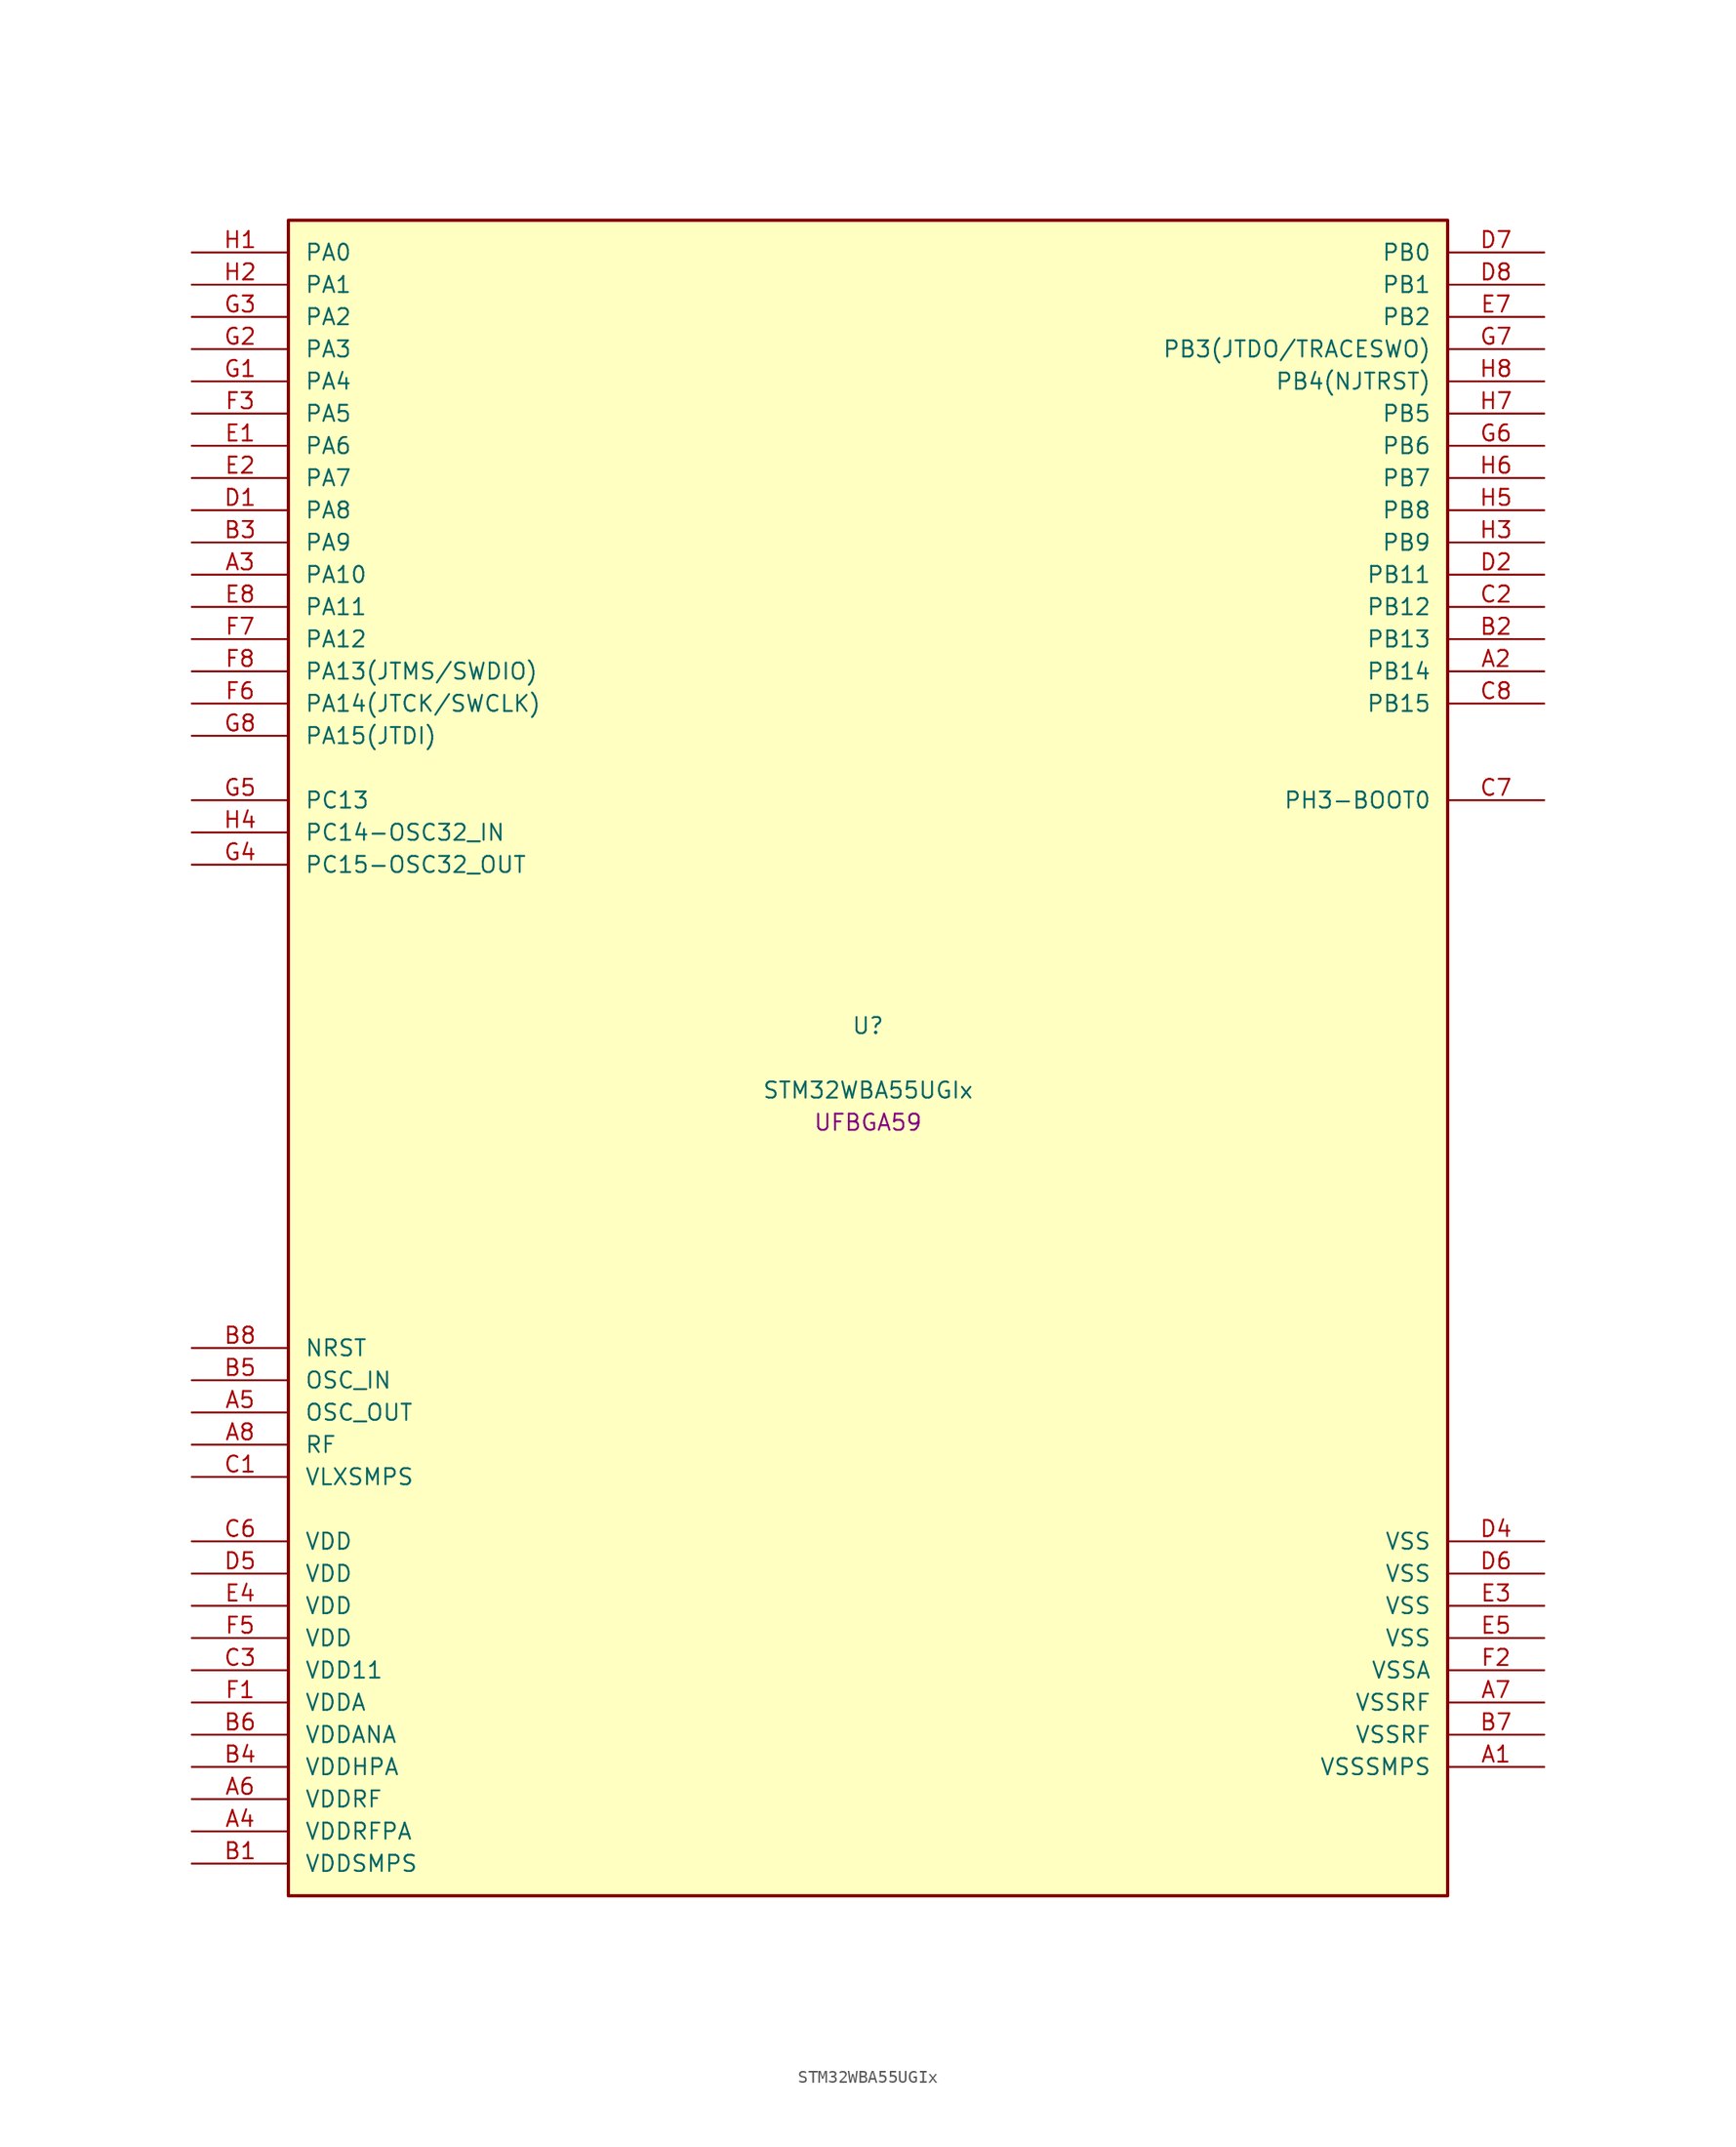
<source format=kicad_sym>
(kicad_symbol_lib
  (version 20241209)
  (generator "stm32_pkl_generator")
  (generator_version "1.0")
  (symbol "STM32WBA55UGIx"
    (pin_names
      (offset 1.27))
    (property "Reference" "U"
      (at 0 2.54 0))
    (property "Value" "STM32WBA55UGIx"
      (at 0 -2.54 0))
    (property "Footprint" "UFBGA59"
      (at 0 -5.08 0))
    (symbol "STM32WBA55UGIx_1_1"
      (rectangle (start -45.72 66.04) (end 45.72 -66.04) (stroke (width 0.254) (type solid)) (fill (type background)))
      (pin bidirectional line (at -53.34 63.5 0) (length 7.62) (name "PA0") (number "H1") (alternate "PA0/ADC4_IN9" bidirectional line) (alternate "PA0/COMP2_INP" bidirectional line) (alternate "PA0/LPTIM1_IN1" bidirectional line) (alternate "PA0/LPUART1_CTS" bidirectional line) (alternate "PA0/PWR_WKUP1" bidirectional line) (alternate "PA0/SPI3_SCK" bidirectional line) (alternate "PA0/TIM1_CH2N" bidirectional line) (alternate "PA0/TIM3_CH3" bidirectional line) (alternate "PA0/TIM3_ETR" bidirectional line) (alternate "PA0/TSC_G2_IO2" bidirectional line))
      (pin bidirectional line (at -53.34 60.96 0) (length 7.62) (name "PA1") (number "H2") (alternate "PA1/ADC4_IN8" bidirectional line) (alternate "PA1/COMP1_INM" bidirectional line) (alternate "PA1/LPTIM2_CH2" bidirectional line) (alternate "PA1/LPUART1_RX" bidirectional line) (alternate "PA1/PWR_WKUP3" bidirectional line) (alternate "PA1/SAI1_CK1" bidirectional line) (alternate "PA1/SPI1_RDY" bidirectional line) (alternate "PA1/TIM17_CH1" bidirectional line) (alternate "PA1/TIM1_CH1N" bidirectional line) (alternate "PA1/TIM3_CH2" bidirectional line) (alternate "PA1/TSC_G2_IO1" bidirectional line) (alternate "PA1/USART1_CK" bidirectional line))
      (pin bidirectional line (at -53.34 58.42 0) (length 7.62) (name "PA2") (number "G3") (alternate "PA2/ADC4_IN7" bidirectional line) (alternate "PA2/COMP1_INP" bidirectional line) (alternate "PA2/LPUART1_TX" bidirectional line) (alternate "PA2/PWR_WKUP4" bidirectional line) (alternate "PA2/RCC_LSCO" bidirectional line) (alternate "PA2/SAI1_D1" bidirectional line) (alternate "PA2/TIM16_CH1" bidirectional line) (alternate "PA2/TIM1_BKIN" bidirectional line) (alternate "PA2/TIM3_CH1" bidirectional line) (alternate "PA2/TSC_G4_IO4" bidirectional line) (alternate "PA2/USART1_DE" bidirectional line) (alternate "PA2/USART1_RTS" bidirectional line))
      (pin bidirectional line (at -53.34 55.88 0) (length 7.62) (name "PA3") (number "G2") (alternate "PA3/ADC4_IN6" bidirectional line) (alternate "PA3/PWR_WKUP5" bidirectional line) (alternate "PA3/TIM16_CH1N" bidirectional line) (alternate "PA3/TSC_G4_IO2" bidirectional line) (alternate "PA3/USART1_DE" bidirectional line) (alternate "PA3/USART1_RTS" bidirectional line))
      (pin bidirectional line (at -53.34 53.34 0) (length 7.62) (name "PA4") (number "G1") (alternate "PA4/ADC4_IN5" bidirectional line) (alternate "PA4/AUDIOCLK" bidirectional line) (alternate "PA4/PWR_WKUP2" bidirectional line) (alternate "PA4/TAMP_IN6" bidirectional line) (alternate "PA4/TAMP_OUT3" bidirectional line) (alternate "PA4/TIM16_CH1" bidirectional line) (alternate "PA4/TSC_G4_IO1" bidirectional line) (alternate "PA4/USART1_CTS" bidirectional line))
      (pin bidirectional line (at -53.34 50.8 0) (length 7.62) (name "PA5") (number "F3") (alternate "PA5/ADC4_IN4" bidirectional line) (alternate "PA5/AUDIOCLK" bidirectional line) (alternate "PA5/LPTIM2_ETR" bidirectional line) (alternate "PA5/PWR_CSLEEP" bidirectional line) (alternate "PA5/PWR_WKUP6" bidirectional line) (alternate "PA5/SAI1_D2" bidirectional line) (alternate "PA5/SPI3_NSS" bidirectional line) (alternate "PA5/TIM2_CH1" bidirectional line) (alternate "PA5/TIM2_ETR" bidirectional line) (alternate "PA5/TSC_G1_IO4" bidirectional line) (alternate "PA5/USART1_CK" bidirectional line))
      (pin bidirectional line (at -53.34 48.26 0) (length 7.62) (name "PA6") (number "E1") (alternate "PA6/ADC4_IN3" bidirectional line) (alternate "PA6/I2C3_SCL" bidirectional line) (alternate "PA6/PWR_CSTOP" bidirectional line) (alternate "PA6/PWR_WKUP7" bidirectional line) (alternate "PA6/SAI1_CK2" bidirectional line) (alternate "PA6/SAI1_MCLK_A" bidirectional line) (alternate "PA6/SPI3_RDY" bidirectional line) (alternate "PA6/TIM2_CH4" bidirectional line) (alternate "PA6/TSC_G1_IO3" bidirectional line) (alternate "PA6/USART1_DE" bidirectional line) (alternate "PA6/USART1_RTS" bidirectional line))
      (pin bidirectional line (at -53.34 45.72 0) (length 7.62) (name "PA7") (number "E2") (alternate "PA7/ADC4_IN2" bidirectional line) (alternate "PA7/COMP1_OUT" bidirectional line) (alternate "PA7/I2C3_SDA" bidirectional line) (alternate "PA7/PWR_WKUP8" bidirectional line) (alternate "PA7/SAI1_SCK_A" bidirectional line) (alternate "PA7/TAMP_IN1" bidirectional line) (alternate "PA7/TAMP_OUT2" bidirectional line) (alternate "PA7/TIM2_CH3" bidirectional line) (alternate "PA7/TSC_G1_IO2" bidirectional line) (alternate "PA7/USART1_CTS" bidirectional line))
      (pin bidirectional line (at -53.34 43.18 0) (length 7.62) (name "PA8") (number "D1") (alternate "PA8/ADC4_IN1" bidirectional line) (alternate "PA8/LPTIM1_CH2" bidirectional line) (alternate "PA8/RCC_MCO" bidirectional line) (alternate "PA8/SAI1_FS_A" bidirectional line) (alternate "PA8/SPI3_RDY" bidirectional line) (alternate "PA8/TIM2_CH2" bidirectional line) (alternate "PA8/TSC_G1_IO1" bidirectional line) (alternate "PA8/USART1_RX" bidirectional line))
      (pin bidirectional line (at -53.34 40.64 0) (length 7.62) (name "PA9") (number "B3") (alternate "PA9/LPUART1_DE" bidirectional line) (alternate "PA9/LPUART1_RTS" bidirectional line) (alternate "PA9/SAI1_CK1" bidirectional line) (alternate "PA9/TIM3_CH2" bidirectional line))
      (pin bidirectional line (at -53.34 38.1 0) (length 7.62) (name "PA10") (number "A3") (alternate "PA10/LPUART1_RX" bidirectional line) (alternate "PA10/SAI1_D1" bidirectional line) (alternate "PA10/TIM3_CH1" bidirectional line))
      (pin bidirectional line (at -53.34 35.56 0) (length 7.62) (name "PA11") (number "E8") (alternate "PA11/LPTIM2_CH1" bidirectional line) (alternate "PA11/RF_ANTSW1" bidirectional line) (alternate "PA11/TIM1_CH1" bidirectional line) (alternate "PA11/USART2_RX" bidirectional line))
      (pin bidirectional line (at -53.34 33.02 0) (length 7.62) (name "PA12") (number "F7") (alternate "PA12/COMP2_OUT" bidirectional line) (alternate "PA12/PTA_STATUS" bidirectional line) (alternate "PA12/PWR_WKUP6" bidirectional line) (alternate "PA12/RF_ANTSW0" bidirectional line) (alternate "PA12/SPI1_NSS" bidirectional line) (alternate "PA12/TIM1_CH2" bidirectional line) (alternate "PA12/TSC_G3_IO4" bidirectional line) (alternate "PA12/USART2_TX" bidirectional line))
      (pin bidirectional line (at -53.34 30.48 0) (length 7.62) (name "PA13(JTMS/SWDIO)") (number "F8") (alternate "PA13(JTMS/SWDIO)/DEBUG_JTMS-SWDIO" bidirectional line) (alternate "PA13(JTMS/SWDIO)/IR_OUT" bidirectional line) (alternate "PA13(JTMS/SWDIO)/PTA_PRIORITY" bidirectional line))
      (pin bidirectional line (at -53.34 27.94 0) (length 7.62) (name "PA14(JTCK/SWCLK)") (number "F6") (alternate "PA14(JTCK/SWCLK)/COMP2_OUT" bidirectional line) (alternate "PA14(JTCK/SWCLK)/DEBUG_JTCK-SWCLK" bidirectional line) (alternate "PA14(JTCK/SWCLK)/PTA_STATUS" bidirectional line) (alternate "PA14(JTCK/SWCLK)/TAMP_IN3" bidirectional line) (alternate "PA14(JTCK/SWCLK)/TAMP_OUT6" bidirectional line) (alternate "PA14(JTCK/SWCLK)/USART2_TX" bidirectional line))
      (pin bidirectional line (at -53.34 25.4 0) (length 7.62) (name "PA15(JTDI)") (number "G8") (alternate "PA15(JTDI)/ADC4_EXTI15" bidirectional line) (alternate "PA15(JTDI)/DEBUG_JTDI" bidirectional line) (alternate "PA15(JTDI)/I2C1_SCL" bidirectional line) (alternate "PA15(JTDI)/LPTIM1_CH2" bidirectional line) (alternate "PA15(JTDI)/PTA_STATUS" bidirectional line) (alternate "PA15(JTDI)/SPI1_MOSI" bidirectional line) (alternate "PA15(JTDI)/TIM17_BKIN" bidirectional line) (alternate "PA15(JTDI)/TIM1_ETR" bidirectional line) (alternate "PA15(JTDI)/TSC_G3_IO3" bidirectional line) (alternate "PA15(JTDI)/USART2_DE" bidirectional line) (alternate "PA15(JTDI)/USART2_RTS" bidirectional line))
      (pin bidirectional line (at 53.34 63.5 180) (length 7.62) (name "PB0") (number "D7") (alternate "PB0/LPTIM2_IN2" bidirectional line) (alternate "PB0/TIM1_CH3N" bidirectional line) (alternate "PB0/USART2_TX" bidirectional line))
      (pin bidirectional line (at 53.34 60.96 180) (length 7.62) (name "PB1") (number "D8") (alternate "PB1/I2C1_SDA" bidirectional line) (alternate "PB1/I2C3_SDA" bidirectional line) (alternate "PB1/PWR_WKUP4" bidirectional line) (alternate "PB1/TIM1_CH2N" bidirectional line) (alternate "PB1/USART2_DE" bidirectional line) (alternate "PB1/USART2_RTS" bidirectional line))
      (pin bidirectional line (at 53.34 58.42 180) (length 7.62) (name "PB2") (number "E7") (alternate "PB2/I2C1_SCL" bidirectional line) (alternate "PB2/I2C3_SCL" bidirectional line) (alternate "PB2/PWR_WKUP1" bidirectional line) (alternate "PB2/RF_ANTSW2" bidirectional line) (alternate "PB2/RTC_OUT2" bidirectional line) (alternate "PB2/TIM1_CH1N" bidirectional line) (alternate "PB2/USART2_CTS" bidirectional line))
      (pin bidirectional line (at 53.34 55.88 180) (length 7.62) (name "PB3(JTDO/TRACESWO)") (number "G7") (alternate "PB3(JTDO/TRACESWO)/DEBUG_JTDO-SWO" bidirectional line) (alternate "PB3(JTDO/TRACESWO)/I2C1_SDA" bidirectional line) (alternate "PB3(JTDO/TRACESWO)/LPTIM1_IN2" bidirectional line) (alternate "PB3(JTDO/TRACESWO)/PTA_ACTIVE" bidirectional line) (alternate "PB3(JTDO/TRACESWO)/SPI1_MISO" bidirectional line) (alternate "PB3(JTDO/TRACESWO)/TIM17_CH1N" bidirectional line) (alternate "PB3(JTDO/TRACESWO)/TIM1_CH4" bidirectional line) (alternate "PB3(JTDO/TRACESWO)/TSC_G3_IO2" bidirectional line) (alternate "PB3(JTDO/TRACESWO)/USART2_CK" bidirectional line))
      (pin bidirectional line (at 53.34 53.34 180) (length 7.62) (name "PB4(NJTRST)") (number "H8") (alternate "PB4(NJTRST)/DEBUG_JTRST" bidirectional line) (alternate "PB4(NJTRST)/LPTIM2_IN2" bidirectional line) (alternate "PB4(NJTRST)/PTA_ACTIVE" bidirectional line) (alternate "PB4(NJTRST)/PTA_PRIORITY" bidirectional line) (alternate "PB4(NJTRST)/SAI1_MCLK_B" bidirectional line) (alternate "PB4(NJTRST)/SPI1_SCK" bidirectional line) (alternate "PB4(NJTRST)/TIM17_CH1" bidirectional line) (alternate "PB4(NJTRST)/TIM1_CH3" bidirectional line) (alternate "PB4(NJTRST)/TSC_G3_IO1" bidirectional line) (alternate "PB4(NJTRST)/USART2_RX" bidirectional line))
      (pin bidirectional line (at 53.34 50.8 180) (length 7.62) (name "PB5") (number "H7") (alternate "PB5/LPUART1_TX" bidirectional line) (alternate "PB5/SAI1_D2" bidirectional line) (alternate "PB5/SAI1_FS_B" bidirectional line) (alternate "PB5/TIM3_CH1" bidirectional line) (alternate "PB5/TSC_G5_IO4" bidirectional line))
      (pin bidirectional line (at 53.34 48.26 180) (length 7.62) (name "PB6") (number "G6") (alternate "PB6/PWR_WKUP3" bidirectional line) (alternate "PB6/SAI1_SCK_B" bidirectional line) (alternate "PB6/TIM2_CH1" bidirectional line) (alternate "PB6/TIM2_ETR" bidirectional line) (alternate "PB6/TSC_G5_IO3" bidirectional line))
      (pin bidirectional line (at 53.34 45.72 180) (length 7.62) (name "PB7") (number "H6") (alternate "PB7/PWR_WKUP5" bidirectional line) (alternate "PB7/SAI1_SD_B" bidirectional line) (alternate "PB7/TAMP_IN5" bidirectional line) (alternate "PB7/TAMP_OUT4" bidirectional line) (alternate "PB7/TIM1_CH4N" bidirectional line) (alternate "PB7/TSC_G5_IO2" bidirectional line))
      (pin bidirectional line (at 53.34 43.18 180) (length 7.62) (name "PB8") (number "H5") (alternate "PB8/COMP1_OUT" bidirectional line) (alternate "PB8/LPTIM1_ETR" bidirectional line) (alternate "PB8/PWR_PVD_IN" bidirectional line) (alternate "PB8/SPI3_MOSI" bidirectional line) (alternate "PB8/TIM16_CH1N" bidirectional line) (alternate "PB8/TIM1_CH1" bidirectional line) (alternate "PB8/TIM3_ETR" bidirectional line) (alternate "PB8/TSC_G2_IO4" bidirectional line) (alternate "PB8/USART2_RX" bidirectional line))
      (pin bidirectional line (at 53.34 40.64 180) (length 7.62) (name "PB9") (number "H3") (alternate "PB9/ADC4_IN10" bidirectional line) (alternate "PB9/COMP2_INM" bidirectional line) (alternate "PB9/IR_OUT" bidirectional line) (alternate "PB9/LPTIM2_IN1" bidirectional line) (alternate "PB9/LPUART1_DE" bidirectional line) (alternate "PB9/LPUART1_RTS" bidirectional line) (alternate "PB9/PWR_WKUP8" bidirectional line) (alternate "PB9/SPI3_MISO" bidirectional line) (alternate "PB9/TIM16_CH1" bidirectional line) (alternate "PB9/TIM1_CH3N" bidirectional line) (alternate "PB9/TIM3_CH4" bidirectional line) (alternate "PB9/TSC_G2_IO3" bidirectional line))
      (pin bidirectional line (at 53.34 38.1 180) (length 7.62) (name "PB11") (number "D2") (alternate "PB11/LPTIM1_CH1" bidirectional line) (alternate "PB11/LPTIM1_ETR" bidirectional line) (alternate "PB11/LPUART1_TX" bidirectional line))
      (pin bidirectional line (at 53.34 35.56 180) (length 7.62) (name "PB12") (number "C2") (alternate "PB12/SAI1_SD_A" bidirectional line) (alternate "PB12/SPI1_RDY" bidirectional line) (alternate "PB12/TIM2_CH1" bidirectional line) (alternate "PB12/TIM2_ETR" bidirectional line) (alternate "PB12/TIM3_ETR" bidirectional line) (alternate "PB12/TSC_SYNC" bidirectional line) (alternate "PB12/USART1_TX" bidirectional line))
      (pin bidirectional line (at 53.34 33.02 180) (length 7.62) (name "PB13") (number "B2") (alternate "PB13/TIM3_CH4" bidirectional line) (alternate "PB13/TSC_G6_IO2" bidirectional line))
      (pin bidirectional line (at 53.34 30.48 180) (length 7.62) (name "PB14") (number "A2") (alternate "PB14/PWR_WKUP7" bidirectional line) (alternate "PB14/RTC_REFIN" bidirectional line) (alternate "PB14/SAI1_SD_A" bidirectional line) (alternate "PB14/TIM3_CH3" bidirectional line) (alternate "PB14/TSC_G6_IO1" bidirectional line) (alternate "PB14/USART1_TX" bidirectional line))
      (pin bidirectional line (at 53.34 27.94 180) (length 7.62) (name "PB15") (number "C8") (alternate "PB15/ADC4_EXTI15" bidirectional line) (alternate "PB15/I2C1_SMBA" bidirectional line) (alternate "PB15/I2C3_SMBA" bidirectional line) (alternate "PB15/LPUART1_CTS" bidirectional line) (alternate "PB15/PTA_GRANT" bidirectional line) (alternate "PB15/RF_EXTPABYP" bidirectional line) (alternate "PB15/TIM16_BKIN" bidirectional line) (alternate "PB15/TIM1_BKIN2" bidirectional line) (alternate "PB15/USART2_CTS" bidirectional line))
      (pin bidirectional line (at -53.34 20.32 0) (length 7.62) (name "PC13") (number "G5") (alternate "PC13/PWR_WKUP2" bidirectional line) (alternate "PC13/RTC_OUT1" bidirectional line) (alternate "PC13/RTC_TS" bidirectional line) (alternate "PC13/TAMP_IN4" bidirectional line) (alternate "PC13/TAMP_OUT5" bidirectional line) (alternate "PC13/TIM1_BKIN2" bidirectional line) (alternate "PC13/TSC_G5_IO1" bidirectional line))
      (pin bidirectional line (at -53.34 17.78 0) (length 7.62) (name "PC14-OSC32_IN") (number "H4") (alternate "PC14-OSC32_IN/RCC_OSC32_IN" bidirectional line))
      (pin bidirectional line (at -53.34 15.24 0) (length 7.62) (name "PC15-OSC32_OUT") (number "G4") (alternate "PC15-OSC32_OUT/ADC4_EXTI15" bidirectional line) (alternate "PC15-OSC32_OUT/RCC_OSC32_OUT" bidirectional line))
      (pin bidirectional line (at 53.34 20.32 180) (length 7.62) (name "PH3-BOOT0") (number "C7") (alternate "PH3-BOOT0/PTA_GRANT" bidirectional line) (alternate "PH3-BOOT0/RF_EXTPABYP" bidirectional line) (alternate "PH3-BOOT0/TAMP_IN2" bidirectional line) (alternate "PH3-BOOT0/TAMP_OUT1" bidirectional line))
      (pin input line (at -53.34 -22.86 0) (length 7.62) (name "NRST") (number "B8"))
      (pin bidirectional line (at -53.34 -25.4 0) (length 7.62) (name "OSC_IN") (number "B5") (alternate "OSC_IN/RCC_OSC_IN" bidirectional line))
      (pin bidirectional line (at -53.34 -27.94 0) (length 7.62) (name "OSC_OUT") (number "A5") (alternate "OSC_OUT/RCC_OSC_OUT" bidirectional line))
      (pin bidirectional line (at -53.34 -30.48 0) (length 7.62) (name "RF") (number "A8"))
      (pin power_in line (at -53.34 -33.02 0) (length 7.62) (name "VLXSMPS") (number "C1"))
      (pin power_in line (at -53.34 -38.1 0) (length 7.62) (name "VDD") (number "C6"))
      (pin power_in line (at -53.34 -40.64 0) (length 7.62) (name "VDD") (number "D5"))
      (pin power_in line (at -53.34 -43.18 0) (length 7.62) (name "VDD") (number "E4"))
      (pin power_in line (at -53.34 -45.72 0) (length 7.62) (name "VDD") (number "F5"))
      (pin power_in line (at -53.34 -48.26 0) (length 7.62) (name "VDD11") (number "C3"))
      (pin power_in line (at -53.34 -50.8 0) (length 7.62) (name "VDDA") (number "F1"))
      (pin power_in line (at -53.34 -53.34 0) (length 7.62) (name "VDDANA") (number "B6"))
      (pin power_in line (at -53.34 -55.88 0) (length 7.62) (name "VDDHPA") (number "B4"))
      (pin power_in line (at -53.34 -58.42 0) (length 7.62) (name "VDDRF") (number "A6"))
      (pin power_in line (at -53.34 -60.96 0) (length 7.62) (name "VDDRFPA") (number "A4"))
      (pin power_in line (at -53.34 -63.5 0) (length 7.62) (name "VDDSMPS") (number "B1"))
      (pin power_in line (at 53.34 -38.1 180) (length 7.62) (name "VSS") (number "D4"))
      (pin power_in line (at 53.34 -40.64 180) (length 7.62) (name "VSS") (number "D6"))
      (pin power_in line (at 53.34 -43.18 180) (length 7.62) (name "VSS") (number "E3"))
      (pin power_in line (at 53.34 -45.72 180) (length 7.62) (name "VSS") (number "E5"))
      (pin power_in line (at 53.34 -48.26 180) (length 7.62) (name "VSSA") (number "F2"))
      (pin power_in line (at 53.34 -50.8 180) (length 7.62) (name "VSSRF") (number "A7"))
      (pin power_in line (at 53.34 -53.34 180) (length 7.62) (name "VSSRF") (number "B7"))
      (pin power_in line (at 53.34 -55.88 180) (length 7.62) (name "VSSSMPS") (number "A1")))))
</source>
